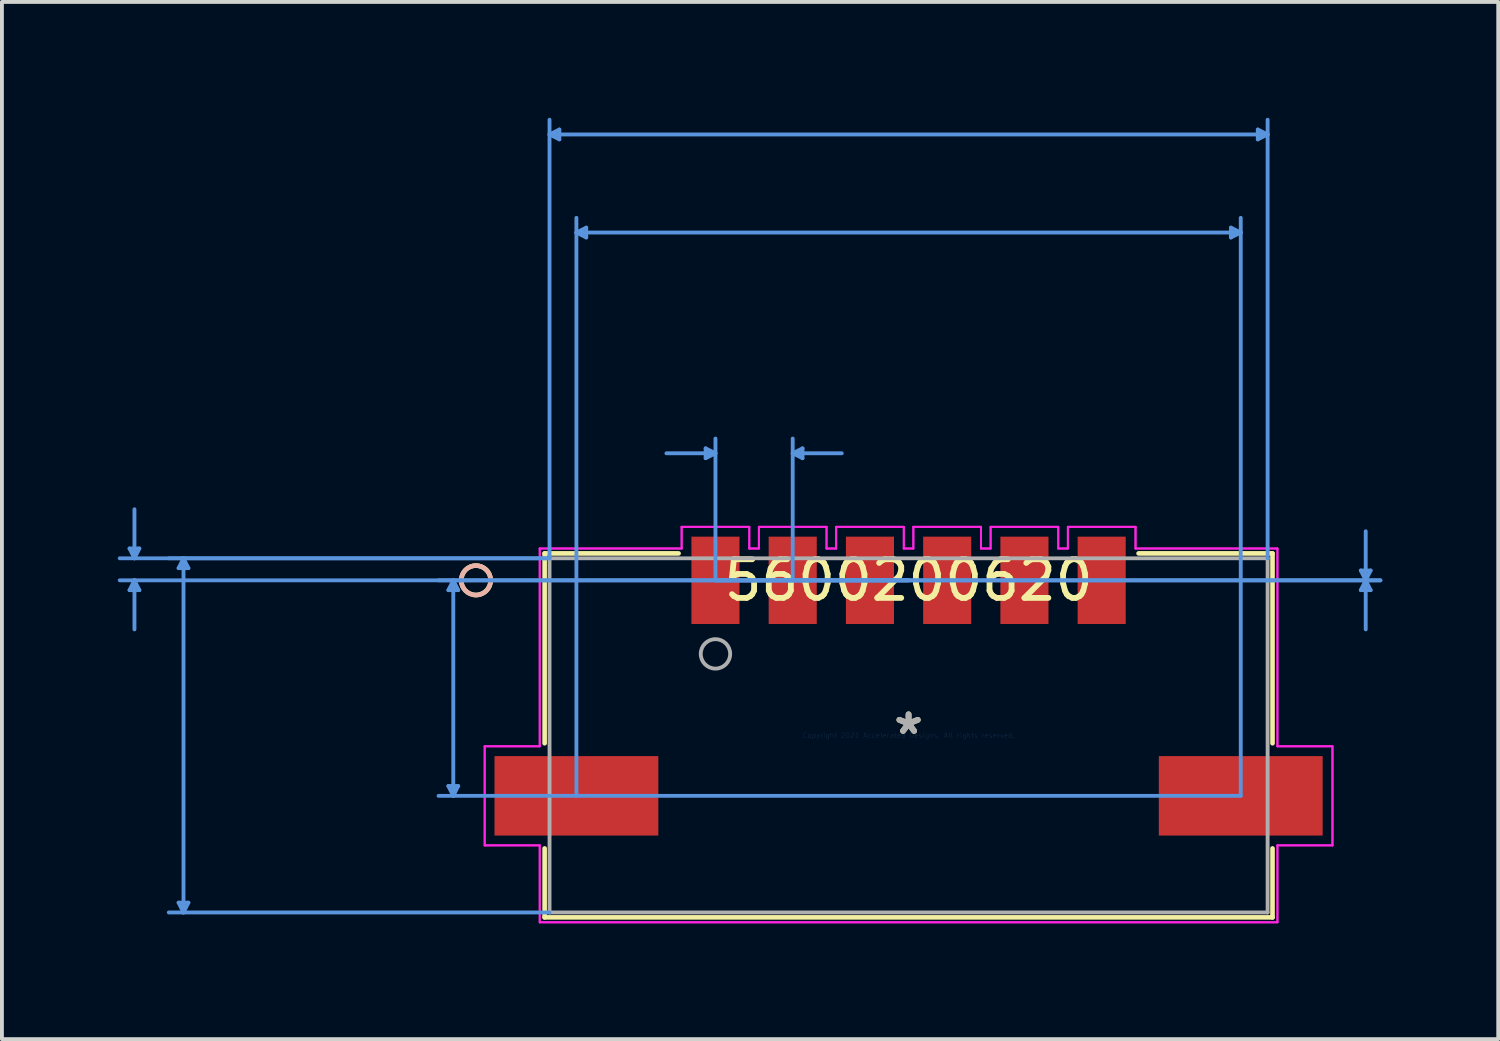
<source format=kicad_pcb>
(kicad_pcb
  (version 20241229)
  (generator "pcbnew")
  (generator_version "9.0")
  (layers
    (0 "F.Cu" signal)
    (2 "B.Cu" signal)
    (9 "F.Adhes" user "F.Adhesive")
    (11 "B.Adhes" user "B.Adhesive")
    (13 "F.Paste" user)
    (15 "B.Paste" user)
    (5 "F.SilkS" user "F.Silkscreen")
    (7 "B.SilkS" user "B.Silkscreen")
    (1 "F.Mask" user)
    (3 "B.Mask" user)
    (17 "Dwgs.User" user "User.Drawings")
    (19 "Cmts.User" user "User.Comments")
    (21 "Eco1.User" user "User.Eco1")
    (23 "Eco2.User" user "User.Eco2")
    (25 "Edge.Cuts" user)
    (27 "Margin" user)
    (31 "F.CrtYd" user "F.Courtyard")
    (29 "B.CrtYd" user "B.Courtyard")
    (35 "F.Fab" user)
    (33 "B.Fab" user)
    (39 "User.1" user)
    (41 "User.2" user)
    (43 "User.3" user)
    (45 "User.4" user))
  (footprint "5600200620"
    (layer "F.Cu")
    (at 20.474 15.99)
    (property "Reference" "5600200620" (at 0 -4.015 0) (layer "F.SilkS") (effects (font (size 1 1) (thickness 0.15))))
    (attr through_hole)
    (fp_line (start -9.423 -4.712) (end -9.423 0.204) (stroke (width 0.12) (type solid)) (layer "F.SilkS"))
    (fp_line (start -9.423 2.927) (end -9.423 4.712) (stroke (width 0.12) (type solid)) (layer "F.SilkS"))
    (fp_line (start -9.423 4.712) (end 9.423 4.712) (stroke (width 0.12) (type solid)) (layer "F.SilkS"))
    (fp_line (start -5.955 -4.712) (end -9.423 -4.712) (stroke (width 0.12) (type solid)) (layer "F.SilkS"))
    (fp_line (start 9.423 -4.712) (end 5.955 -4.712) (stroke (width 0.12) (type solid)) (layer "F.SilkS"))
    (fp_line (start 9.423 0.204) (end 9.423 -4.712) (stroke (width 0.12) (type solid)) (layer "F.SilkS"))
    (fp_line (start 9.423 4.712) (end 9.423 2.927) (stroke (width 0.12) (type solid)) (layer "F.SilkS"))
    (fp_circle (center -11.201 -4.015) (end -10.82 -4.015) (stroke (width 0.12) (type solid)) (fill no) (layer "F.SilkS"))
    (fp_circle (center -11.201 -4.015) (end -10.82 -4.015) (stroke (width 0.12) (type solid)) (fill no) (layer "B.SilkS"))
    (fp_line (start -20.17 -4.839) (end -19.916 -4.839) (stroke (width 0.1) (type solid)) (layer "Cmts.User"))
    (fp_line (start -20.17 -3.761) (end -19.916 -3.761) (stroke (width 0.1) (type solid)) (layer "Cmts.User"))
    (fp_line (start -20.043 -4.585) (end -20.17 -4.839) (stroke (width 0.1) (type solid)) (layer "Cmts.User"))
    (fp_line (start -20.043 -4.585) (end -20.043 -5.855) (stroke (width 0.1) (type solid)) (layer "Cmts.User"))
    (fp_line (start -20.043 -4.585) (end -19.916 -4.839) (stroke (width 0.1) (type solid)) (layer "Cmts.User"))
    (fp_line (start -20.043 -4.015) (end -20.17 -3.761) (stroke (width 0.1) (type solid)) (layer "Cmts.User"))
    (fp_line (start -20.043 -4.015) (end -20.043 -2.745) (stroke (width 0.1) (type solid)) (layer "Cmts.User"))
    (fp_line (start -20.043 -4.015) (end -19.916 -3.761) (stroke (width 0.1) (type solid)) (layer "Cmts.User"))
    (fp_line (start -18.9 -4.331) (end -18.646 -4.331) (stroke (width 0.1) (type solid)) (layer "Cmts.User"))
    (fp_line (start -18.9 4.331) (end -18.646 4.331) (stroke (width 0.1) (type solid)) (layer "Cmts.User"))
    (fp_line (start -18.773 -4.585) (end -18.9 -4.331) (stroke (width 0.1) (type solid)) (layer "Cmts.User"))
    (fp_line (start -18.773 -4.585) (end -18.773 4.585) (stroke (width 0.1) (type solid)) (layer "Cmts.User"))
    (fp_line (start -18.773 -4.585) (end -18.646 -4.331) (stroke (width 0.1) (type solid)) (layer "Cmts.User"))
    (fp_line (start -18.773 4.585) (end -18.9 4.331) (stroke (width 0.1) (type solid)) (layer "Cmts.User"))
    (fp_line (start -18.773 4.585) (end -18.646 4.331) (stroke (width 0.1) (type solid)) (layer "Cmts.User"))
    (fp_line (start -11.915 -3.761) (end -11.661 -3.761) (stroke (width 0.1) (type solid)) (layer "Cmts.User"))
    (fp_line (start -11.915 1.311) (end -11.661 1.311) (stroke (width 0.1) (type solid)) (layer "Cmts.User"))
    (fp_line (start -11.788 -4.015) (end -11.915 -3.761) (stroke (width 0.1) (type solid)) (layer "Cmts.User"))
    (fp_line (start -11.788 -4.015) (end -11.788 1.565) (stroke (width 0.1) (type solid)) (layer "Cmts.User"))
    (fp_line (start -11.788 -4.015) (end -11.661 -3.761) (stroke (width 0.1) (type solid)) (layer "Cmts.User"))
    (fp_line (start -11.788 1.565) (end -11.915 1.311) (stroke (width 0.1) (type solid)) (layer "Cmts.User"))
    (fp_line (start -11.788 1.565) (end -11.661 1.311) (stroke (width 0.1) (type solid)) (layer "Cmts.User"))
    (fp_line (start -9.296 -15.559) (end -9.042 -15.686) (stroke (width 0.1) (type solid)) (layer "Cmts.User"))
    (fp_line (start -9.296 -15.559) (end -9.042 -15.432) (stroke (width 0.1) (type solid)) (layer "Cmts.User"))
    (fp_line (start -9.296 -15.559) (end 9.296 -15.559) (stroke (width 0.1) (type solid)) (layer "Cmts.User"))
    (fp_line (start -9.296 -4.585) (end -20.424 -4.585) (stroke (width 0.1) (type solid)) (layer "Cmts.User"))
    (fp_line (start -9.296 -4.585) (end -19.154 -4.585) (stroke (width 0.1) (type solid)) (layer "Cmts.User"))
    (fp_line (start -9.296 -4.585) (end -9.296 -15.94) (stroke (width 0.1) (type solid)) (layer "Cmts.User"))
    (fp_line (start -9.296 4.585) (end -19.154 4.585) (stroke (width 0.1) (type solid)) (layer "Cmts.User"))
    (fp_line (start -9.042 -15.686) (end -9.042 -15.432) (stroke (width 0.1) (type solid)) (layer "Cmts.User"))
    (fp_line (start -8.6 -13.019) (end -8.346 -13.146) (stroke (width 0.1) (type solid)) (layer "Cmts.User"))
    (fp_line (start -8.6 -13.019) (end -8.346 -12.892) (stroke (width 0.1) (type solid)) (layer "Cmts.User"))
    (fp_line (start -8.6 -13.019) (end 8.6 -13.019) (stroke (width 0.1) (type solid)) (layer "Cmts.User"))
    (fp_line (start -8.6 1.565) (end -8.6 -13.4) (stroke (width 0.1) (type solid)) (layer "Cmts.User"))
    (fp_line (start -8.346 -13.146) (end -8.346 -12.892) (stroke (width 0.1) (type solid)) (layer "Cmts.User"))
    (fp_line (start -5.254 -7.431) (end -5.254 -7.177) (stroke (width 0.1) (type solid)) (layer "Cmts.User"))
    (fp_line (start -5 -7.304) (end -6.27 -7.304) (stroke (width 0.1) (type solid)) (layer "Cmts.User"))
    (fp_line (start -5 -7.304) (end -5.254 -7.431) (stroke (width 0.1) (type solid)) (layer "Cmts.User"))
    (fp_line (start -5 -7.304) (end -5.254 -7.177) (stroke (width 0.1) (type solid)) (layer "Cmts.User"))
    (fp_line (start -5 -4.015) (end -5 -7.685) (stroke (width 0.1) (type solid)) (layer "Cmts.User"))
    (fp_line (start -5 -4.015) (end 12.217 -4.015) (stroke (width 0.1) (type solid)) (layer "Cmts.User"))
    (fp_line (start -5 -4.015) (end 12.217 -4.015) (stroke (width 0.1) (type solid)) (layer "Cmts.User"))
    (fp_line (start -3 -7.304) (end -2.746 -7.431) (stroke (width 0.1) (type solid)) (layer "Cmts.User"))
    (fp_line (start -3 -7.304) (end -2.746 -7.177) (stroke (width 0.1) (type solid)) (layer "Cmts.User"))
    (fp_line (start -3 -7.304) (end -1.73 -7.304) (stroke (width 0.1) (type solid)) (layer "Cmts.User"))
    (fp_line (start -3 -4.015) (end -3 -7.685) (stroke (width 0.1) (type solid)) (layer "Cmts.User"))
    (fp_line (start -2.746 -7.431) (end -2.746 -7.177) (stroke (width 0.1) (type solid)) (layer "Cmts.User"))
    (fp_line (start 0 -4.015) (end -20.424 -4.015) (stroke (width 0.1) (type solid)) (layer "Cmts.User"))
    (fp_line (start 0 -4.015) (end -12.169 -4.015) (stroke (width 0.1) (type solid)) (layer "Cmts.User"))
    (fp_line (start 8.346 -13.146) (end 8.346 -12.892) (stroke (width 0.1) (type solid)) (layer "Cmts.User"))
    (fp_line (start 8.6 -13.019) (end 8.346 -13.146) (stroke (width 0.1) (type solid)) (layer "Cmts.User"))
    (fp_line (start 8.6 -13.019) (end 8.346 -12.892) (stroke (width 0.1) (type solid)) (layer "Cmts.User"))
    (fp_line (start 8.6 1.565) (end -12.169 1.565) (stroke (width 0.1) (type solid)) (layer "Cmts.User"))
    (fp_line (start 8.6 1.565) (end 8.6 -13.4) (stroke (width 0.1) (type solid)) (layer "Cmts.User"))
    (fp_line (start 9.042 -15.686) (end 9.042 -15.432) (stroke (width 0.1) (type solid)) (layer "Cmts.User"))
    (fp_line (start 9.296 -15.559) (end 9.042 -15.686) (stroke (width 0.1) (type solid)) (layer "Cmts.User"))
    (fp_line (start 9.296 -15.559) (end 9.042 -15.432) (stroke (width 0.1) (type solid)) (layer "Cmts.User"))
    (fp_line (start 9.296 -4.585) (end 9.296 -15.94) (stroke (width 0.1) (type solid)) (layer "Cmts.User"))
    (fp_line (start 11.709 -4.269) (end 11.963 -4.269) (stroke (width 0.1) (type solid)) (layer "Cmts.User"))
    (fp_line (start 11.709 -3.761) (end 11.963 -3.761) (stroke (width 0.1) (type solid)) (layer "Cmts.User"))
    (fp_line (start 11.836 -4.015) (end 11.709 -4.269) (stroke (width 0.1) (type solid)) (layer "Cmts.User"))
    (fp_line (start 11.836 -4.015) (end 11.709 -3.761) (stroke (width 0.1) (type solid)) (layer "Cmts.User"))
    (fp_line (start 11.836 -4.015) (end 11.836 -5.285) (stroke (width 0.1) (type solid)) (layer "Cmts.User"))
    (fp_line (start 11.836 -4.015) (end 11.836 -2.745) (stroke (width 0.1) (type solid)) (layer "Cmts.User"))
    (fp_line (start 11.836 -4.015) (end 11.963 -4.269) (stroke (width 0.1) (type solid)) (layer "Cmts.User"))
    (fp_line (start 11.836 -4.015) (end 11.963 -3.761) (stroke (width 0.1) (type solid)) (layer "Cmts.User"))
    (fp_line (start -10.975 0.283) (end -10.975 2.848) (stroke (width 0.05) (type solid)) (layer "F.CrtYd"))
    (fp_line (start -10.975 0.283) (end -10.975 2.848) (stroke (width 0.05) (type solid)) (layer "F.CrtYd"))
    (fp_line (start -10.975 2.848) (end -9.55 2.848) (stroke (width 0.05) (type solid)) (layer "F.CrtYd"))
    (fp_line (start -10.975 2.848) (end -9.55 2.848) (stroke (width 0.05) (type solid)) (layer "F.CrtYd"))
    (fp_line (start -9.55 -4.839) (end -9.55 0.283) (stroke (width 0.05) (type solid)) (layer "F.CrtYd"))
    (fp_line (start -9.55 -4.839) (end -9.55 0.283) (stroke (width 0.05) (type solid)) (layer "F.CrtYd"))
    (fp_line (start -9.55 0.283) (end -10.975 0.283) (stroke (width 0.05) (type solid)) (layer "F.CrtYd"))
    (fp_line (start -9.55 0.283) (end -10.975 0.283) (stroke (width 0.05) (type solid)) (layer "F.CrtYd"))
    (fp_line (start -9.55 2.848) (end -9.55 4.839) (stroke (width 0.05) (type solid)) (layer "F.CrtYd"))
    (fp_line (start -9.55 2.848) (end -9.55 4.839) (stroke (width 0.05) (type solid)) (layer "F.CrtYd"))
    (fp_line (start -9.55 4.839) (end 9.55 4.839) (stroke (width 0.05) (type solid)) (layer "F.CrtYd"))
    (fp_line (start -9.55 4.839) (end 9.55 4.839) (stroke (width 0.05) (type solid)) (layer "F.CrtYd"))
    (fp_line (start -5.876 -5.399) (end -5.876 -4.839) (stroke (width 0.05) (type solid)) (layer "F.CrtYd"))
    (fp_line (start -5.876 -5.399) (end -5.876 -4.839) (stroke (width 0.05) (type solid)) (layer "F.CrtYd"))
    (fp_line (start -5.876 -4.839) (end -9.55 -4.839) (stroke (width 0.05) (type solid)) (layer "F.CrtYd"))
    (fp_line (start -5.876 -4.839) (end -9.55 -4.839) (stroke (width 0.05) (type solid)) (layer "F.CrtYd"))
    (fp_line (start -4.124 -5.399) (end -5.876 -5.399) (stroke (width 0.05) (type solid)) (layer "F.CrtYd"))
    (fp_line (start -4.124 -5.399) (end -5.876 -5.399) (stroke (width 0.05) (type solid)) (layer "F.CrtYd"))
    (fp_line (start -4.124 -4.839) (end -4.124 -5.399) (stroke (width 0.05) (type solid)) (layer "F.CrtYd"))
    (fp_line (start -4.124 -4.839) (end -4.124 -5.399) (stroke (width 0.05) (type solid)) (layer "F.CrtYd"))
    (fp_line (start -3.876 -5.399) (end -3.876 -4.839) (stroke (width 0.05) (type solid)) (layer "F.CrtYd"))
    (fp_line (start -3.876 -5.399) (end -3.876 -4.839) (stroke (width 0.05) (type solid)) (layer "F.CrtYd"))
    (fp_line (start -3.876 -4.839) (end -4.124 -4.839) (stroke (width 0.05) (type solid)) (layer "F.CrtYd"))
    (fp_line (start -3.876 -4.839) (end -4.124 -4.839) (stroke (width 0.05) (type solid)) (layer "F.CrtYd"))
    (fp_line (start -2.124 -5.399) (end -3.876 -5.399) (stroke (width 0.05) (type solid)) (layer "F.CrtYd"))
    (fp_line (start -2.124 -5.399) (end -3.876 -5.399) (stroke (width 0.05) (type solid)) (layer "F.CrtYd"))
    (fp_line (start -2.124 -4.839) (end -2.124 -5.399) (stroke (width 0.05) (type solid)) (layer "F.CrtYd"))
    (fp_line (start -2.124 -4.839) (end -2.124 -5.399) (stroke (width 0.05) (type solid)) (layer "F.CrtYd"))
    (fp_line (start -1.876 -5.399) (end -1.876 -4.839) (stroke (width 0.05) (type solid)) (layer "F.CrtYd"))
    (fp_line (start -1.876 -5.399) (end -1.876 -4.839) (stroke (width 0.05) (type solid)) (layer "F.CrtYd"))
    (fp_line (start -1.876 -4.839) (end -2.124 -4.839) (stroke (width 0.05) (type solid)) (layer "F.CrtYd"))
    (fp_line (start -1.876 -4.839) (end -2.124 -4.839) (stroke (width 0.05) (type solid)) (layer "F.CrtYd"))
    (fp_line (start -0.124 -5.399) (end -1.876 -5.399) (stroke (width 0.05) (type solid)) (layer "F.CrtYd"))
    (fp_line (start -0.124 -5.399) (end -1.876 -5.399) (stroke (width 0.05) (type solid)) (layer "F.CrtYd"))
    (fp_line (start -0.124 -4.839) (end -0.124 -5.399) (stroke (width 0.05) (type solid)) (layer "F.CrtYd"))
    (fp_line (start -0.124 -4.839) (end -0.124 -5.399) (stroke (width 0.05) (type solid)) (layer "F.CrtYd"))
    (fp_line (start 0.124 -5.399) (end 0.124 -4.839) (stroke (width 0.05) (type solid)) (layer "F.CrtYd"))
    (fp_line (start 0.124 -5.399) (end 0.124 -4.839) (stroke (width 0.05) (type solid)) (layer "F.CrtYd"))
    (fp_line (start 0.124 -4.839) (end -0.124 -4.839) (stroke (width 0.05) (type solid)) (layer "F.CrtYd"))
    (fp_line (start 0.124 -4.839) (end -0.124 -4.839) (stroke (width 0.05) (type solid)) (layer "F.CrtYd"))
    (fp_line (start 1.876 -5.399) (end 0.124 -5.399) (stroke (width 0.05) (type solid)) (layer "F.CrtYd"))
    (fp_line (start 1.876 -5.399) (end 0.124 -5.399) (stroke (width 0.05) (type solid)) (layer "F.CrtYd"))
    (fp_line (start 1.876 -4.839) (end 1.876 -5.399) (stroke (width 0.05) (type solid)) (layer "F.CrtYd"))
    (fp_line (start 1.876 -4.839) (end 1.876 -5.399) (stroke (width 0.05) (type solid)) (layer "F.CrtYd"))
    (fp_line (start 2.124 -5.399) (end 2.124 -4.839) (stroke (width 0.05) (type solid)) (layer "F.CrtYd"))
    (fp_line (start 2.124 -5.399) (end 2.124 -4.839) (stroke (width 0.05) (type solid)) (layer "F.CrtYd"))
    (fp_line (start 2.124 -4.839) (end 1.876 -4.839) (stroke (width 0.05) (type solid)) (layer "F.CrtYd"))
    (fp_line (start 2.124 -4.839) (end 1.876 -4.839) (stroke (width 0.05) (type solid)) (layer "F.CrtYd"))
    (fp_line (start 3.876 -5.399) (end 2.124 -5.399) (stroke (width 0.05) (type solid)) (layer "F.CrtYd"))
    (fp_line (start 3.876 -5.399) (end 2.124 -5.399) (stroke (width 0.05) (type solid)) (layer "F.CrtYd"))
    (fp_line (start 3.876 -4.839) (end 3.876 -5.399) (stroke (width 0.05) (type solid)) (layer "F.CrtYd"))
    (fp_line (start 3.876 -4.839) (end 3.876 -5.399) (stroke (width 0.05) (type solid)) (layer "F.CrtYd"))
    (fp_line (start 4.124 -5.399) (end 4.124 -4.839) (stroke (width 0.05) (type solid)) (layer "F.CrtYd"))
    (fp_line (start 4.124 -5.399) (end 4.124 -4.839) (stroke (width 0.05) (type solid)) (layer "F.CrtYd"))
    (fp_line (start 4.124 -4.839) (end 3.876 -4.839) (stroke (width 0.05) (type solid)) (layer "F.CrtYd"))
    (fp_line (start 4.124 -4.839) (end 3.876 -4.839) (stroke (width 0.05) (type solid)) (layer "F.CrtYd"))
    (fp_line (start 5.876 -5.399) (end 4.124 -5.399) (stroke (width 0.05) (type solid)) (layer "F.CrtYd"))
    (fp_line (start 5.876 -5.399) (end 4.124 -5.399) (stroke (width 0.05) (type solid)) (layer "F.CrtYd"))
    (fp_line (start 5.876 -4.839) (end 5.876 -5.399) (stroke (width 0.05) (type solid)) (layer "F.CrtYd"))
    (fp_line (start 5.876 -4.839) (end 5.876 -5.399) (stroke (width 0.05) (type solid)) (layer "F.CrtYd"))
    (fp_line (start 9.55 -4.839) (end 5.876 -4.839) (stroke (width 0.05) (type solid)) (layer "F.CrtYd"))
    (fp_line (start 9.55 -4.839) (end 5.876 -4.839) (stroke (width 0.05) (type solid)) (layer "F.CrtYd"))
    (fp_line (start 9.55 0.283) (end 9.55 -4.839) (stroke (width 0.05) (type solid)) (layer "F.CrtYd"))
    (fp_line (start 9.55 0.283) (end 9.55 -4.839) (stroke (width 0.05) (type solid)) (layer "F.CrtYd"))
    (fp_line (start 9.55 2.848) (end 10.975 2.848) (stroke (width 0.05) (type solid)) (layer "F.CrtYd"))
    (fp_line (start 9.55 2.848) (end 10.975 2.848) (stroke (width 0.05) (type solid)) (layer "F.CrtYd"))
    (fp_line (start 9.55 4.839) (end 9.55 2.848) (stroke (width 0.05) (type solid)) (layer "F.CrtYd"))
    (fp_line (start 9.55 4.839) (end 9.55 2.848) (stroke (width 0.05) (type solid)) (layer "F.CrtYd"))
    (fp_line (start 10.975 0.283) (end 9.55 0.283) (stroke (width 0.05) (type solid)) (layer "F.CrtYd"))
    (fp_line (start 10.975 0.283) (end 9.55 0.283) (stroke (width 0.05) (type solid)) (layer "F.CrtYd"))
    (fp_line (start 10.975 2.848) (end 10.975 0.283) (stroke (width 0.05) (type solid)) (layer "F.CrtYd"))
    (fp_line (start 10.975 2.848) (end 10.975 0.283) (stroke (width 0.05) (type solid)) (layer "F.CrtYd"))
    (fp_line (start -9.296 -4.585) (end -9.296 4.585) (stroke (width 0.1) (type solid)) (layer "F.Fab"))
    (fp_line (start -9.296 4.585) (end 9.296 4.585) (stroke (width 0.1) (type solid)) (layer "F.Fab"))
    (fp_line (start 9.296 -4.585) (end -9.296 -4.585) (stroke (width 0.1) (type solid)) (layer "F.Fab"))
    (fp_line (start 9.296 4.585) (end 9.296 -4.585) (stroke (width 0.1) (type solid)) (layer "F.Fab"))
    (fp_circle (center -5 -2.11) (end -4.619 -2.11) (stroke (width 0.1) (type solid)) (fill no) (layer "F.Fab"))
    (fp_text user "*" (at 0 0 0) (layer "F.SilkS") (effects (font (size 1 1) (thickness 0.15))))
    (fp_text user "Copyright 2021 Accelerated Designs. All rights reserved." (at 0 0 0) (layer "Cmts.User") (effects (font (size 0.127 0.127) (thickness 0.002))))
    (fp_text user "*" (at 0 0 0) (layer "F.Fab") (effects (font (size 1 1) (thickness 0.15))))
    (pad "1" smd rect (at -5 -4.015) (size 1.245 2.261) (layers "F.Cu" "F.Mask" "F.Paste"))
    (pad "2" smd rect (at -3 -4.015) (size 1.245 2.261) (layers "F.Cu" "F.Mask" "F.Paste"))
    (pad "3" smd rect (at -1 -4.015) (size 1.245 2.261) (layers "F.Cu" "F.Mask" "F.Paste"))
    (pad "4" smd rect (at 1 -4.015) (size 1.245 2.261) (layers "F.Cu" "F.Mask" "F.Paste"))
    (pad "5" smd rect (at 3 -4.015) (size 1.245 2.261) (layers "F.Cu" "F.Mask" "F.Paste"))
    (pad "6" smd rect (at 5 -4.015) (size 1.245 2.261) (layers "F.Cu" "F.Mask" "F.Paste"))
    (pad "7" smd rect (at -8.6 1.565 90) (size 2.057 4.242) (layers "F.Cu" "F.Mask" "F.Paste"))
    (pad "8" smd rect (at 8.6 1.565 90) (size 2.057 4.242) (layers "F.Cu" "F.Mask" "F.Paste")))
  (gr_rect
    (start -3 -3)
    (end 35.741 23.854)
    (stroke (width 0.1) (type default))
    (fill no)
    (layer "Edge.Cuts")))
</source>
